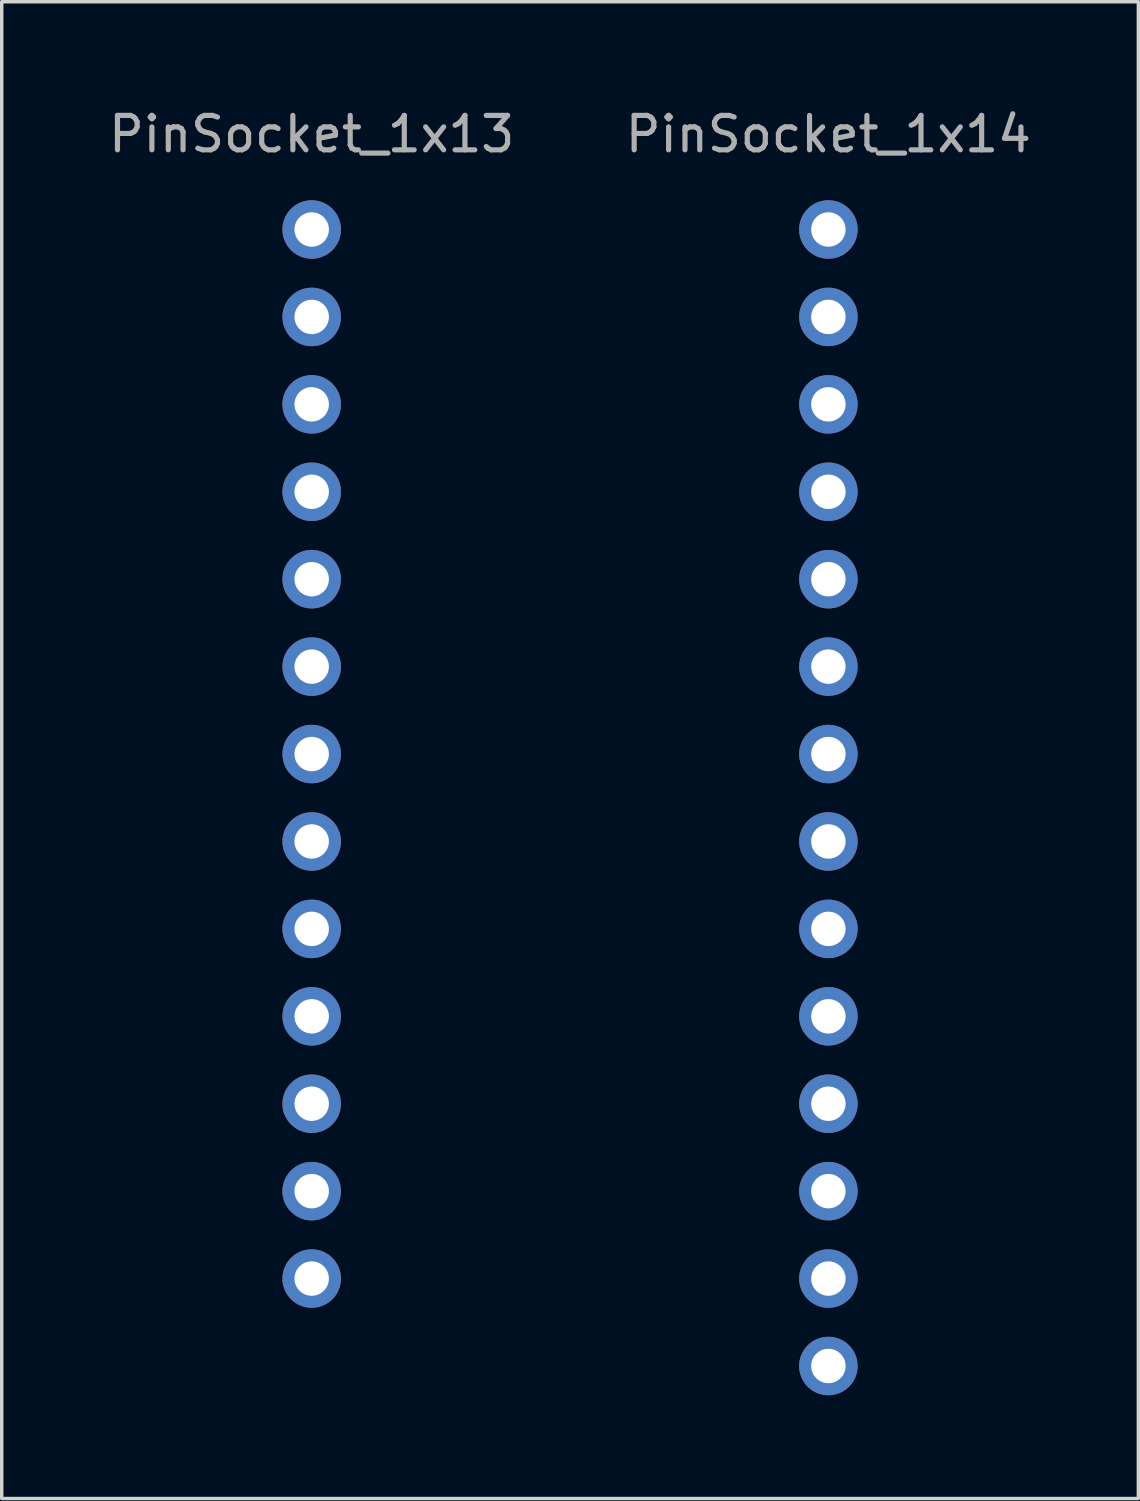
<source format=kicad_pcb>
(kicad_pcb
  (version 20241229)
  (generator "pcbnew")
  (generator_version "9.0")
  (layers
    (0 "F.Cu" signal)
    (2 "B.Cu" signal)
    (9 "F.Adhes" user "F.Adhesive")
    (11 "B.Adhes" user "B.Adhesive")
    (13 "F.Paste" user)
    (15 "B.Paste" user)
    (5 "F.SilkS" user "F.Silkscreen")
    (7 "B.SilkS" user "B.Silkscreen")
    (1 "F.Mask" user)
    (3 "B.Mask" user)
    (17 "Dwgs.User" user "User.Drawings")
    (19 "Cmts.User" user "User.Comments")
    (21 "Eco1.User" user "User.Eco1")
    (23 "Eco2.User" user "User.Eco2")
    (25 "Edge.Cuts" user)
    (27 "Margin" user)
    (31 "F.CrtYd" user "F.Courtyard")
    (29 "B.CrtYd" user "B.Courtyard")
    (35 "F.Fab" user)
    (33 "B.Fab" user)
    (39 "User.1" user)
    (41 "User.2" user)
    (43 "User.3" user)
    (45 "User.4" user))
  (footprint "PinSocket_1x14"
    (layer "F.Cu")
    (at 21.018 3.618)
    (property "Reference" "PinSocket_1x14" (at 0 -2.77 0) (layer "F.Fab") (effects (font (size 1 1) (thickness 0.15))))
    (attr through_hole)
    (pad "1" thru_hole circle (at 0 0) (size 1.7 1.7) (drill 1) (layers "*.Cu" "*.Mask"))
    (pad "2" thru_hole oval (at 0 2.54) (size 1.7 1.7) (drill 1) (layers "*.Cu" "*.Mask"))
    (pad "3" thru_hole oval (at 0 5.08) (size 1.7 1.7) (drill 1) (layers "*.Cu" "*.Mask"))
    (pad "4" thru_hole oval (at 0 7.62) (size 1.7 1.7) (drill 1) (layers "*.Cu" "*.Mask"))
    (pad "5" thru_hole oval (at 0 10.16) (size 1.7 1.7) (drill 1) (layers "*.Cu" "*.Mask"))
    (pad "6" thru_hole oval (at 0 12.7) (size 1.7 1.7) (drill 1) (layers "*.Cu" "*.Mask"))
    (pad "7" thru_hole oval (at 0 15.24) (size 1.7 1.7) (drill 1) (layers "*.Cu" "*.Mask"))
    (pad "8" thru_hole oval (at 0 17.78) (size 1.7 1.7) (drill 1) (layers "*.Cu" "*.Mask"))
    (pad "9" thru_hole oval (at 0 20.32) (size 1.7 1.7) (drill 1) (layers "*.Cu" "*.Mask"))
    (pad "10" thru_hole oval (at 0 22.86) (size 1.7 1.7) (drill 1) (layers "*.Cu" "*.Mask"))
    (pad "11" thru_hole oval (at 0 25.4) (size 1.7 1.7) (drill 1) (layers "*.Cu" "*.Mask"))
    (pad "12" thru_hole oval (at 0 27.94) (size 1.7 1.7) (drill 1) (layers "*.Cu" "*.Mask"))
    (pad "13" thru_hole oval (at 0 30.48) (size 1.7 1.7) (drill 1) (layers "*.Cu" "*.Mask"))
    (pad "14" thru_hole oval (at 0 33.02) (size 1.7 1.7) (drill 1) (layers "*.Cu" "*.Mask")))
  (footprint "PinSocket_1x13"
    (layer "F.Cu")
    (at 6.006 3.618)
    (property "Reference" "PinSocket_1x13" (at 0 -2.77 0) (layer "F.Fab") (effects (font (size 1 1) (thickness 0.15))))
    (attr through_hole)
    (pad "1" thru_hole circle (at 0 0) (size 1.7 1.7) (drill 1) (layers "*.Cu" "*.Mask"))
    (pad "2" thru_hole oval (at 0 2.54) (size 1.7 1.7) (drill 1) (layers "*.Cu" "*.Mask"))
    (pad "3" thru_hole oval (at 0 5.08) (size 1.7 1.7) (drill 1) (layers "*.Cu" "*.Mask"))
    (pad "4" thru_hole oval (at 0 7.62) (size 1.7 1.7) (drill 1) (layers "*.Cu" "*.Mask"))
    (pad "5" thru_hole oval (at 0 10.16) (size 1.7 1.7) (drill 1) (layers "*.Cu" "*.Mask"))
    (pad "6" thru_hole oval (at 0 12.7) (size 1.7 1.7) (drill 1) (layers "*.Cu" "*.Mask"))
    (pad "7" thru_hole oval (at 0 15.24) (size 1.7 1.7) (drill 1) (layers "*.Cu" "*.Mask"))
    (pad "8" thru_hole oval (at 0 17.78) (size 1.7 1.7) (drill 1) (layers "*.Cu" "*.Mask"))
    (pad "9" thru_hole oval (at 0 20.32) (size 1.7 1.7) (drill 1) (layers "*.Cu" "*.Mask"))
    (pad "10" thru_hole oval (at 0 22.86) (size 1.7 1.7) (drill 1) (layers "*.Cu" "*.Mask"))
    (pad "11" thru_hole oval (at 0 25.4) (size 1.7 1.7) (drill 1) (layers "*.Cu" "*.Mask"))
    (pad "12" thru_hole oval (at 0 27.94) (size 1.7 1.7) (drill 1) (layers "*.Cu" "*.Mask"))
    (pad "13" thru_hole oval (at 0 30.48) (size 1.7 1.7) (drill 1) (layers "*.Cu" "*.Mask")))
  (gr_rect
    (start -3 -3)
    (end 30.024 40.488)
    (stroke (width 0.1) (type default))
    (fill no)
    (layer "Edge.Cuts")))
</source>
